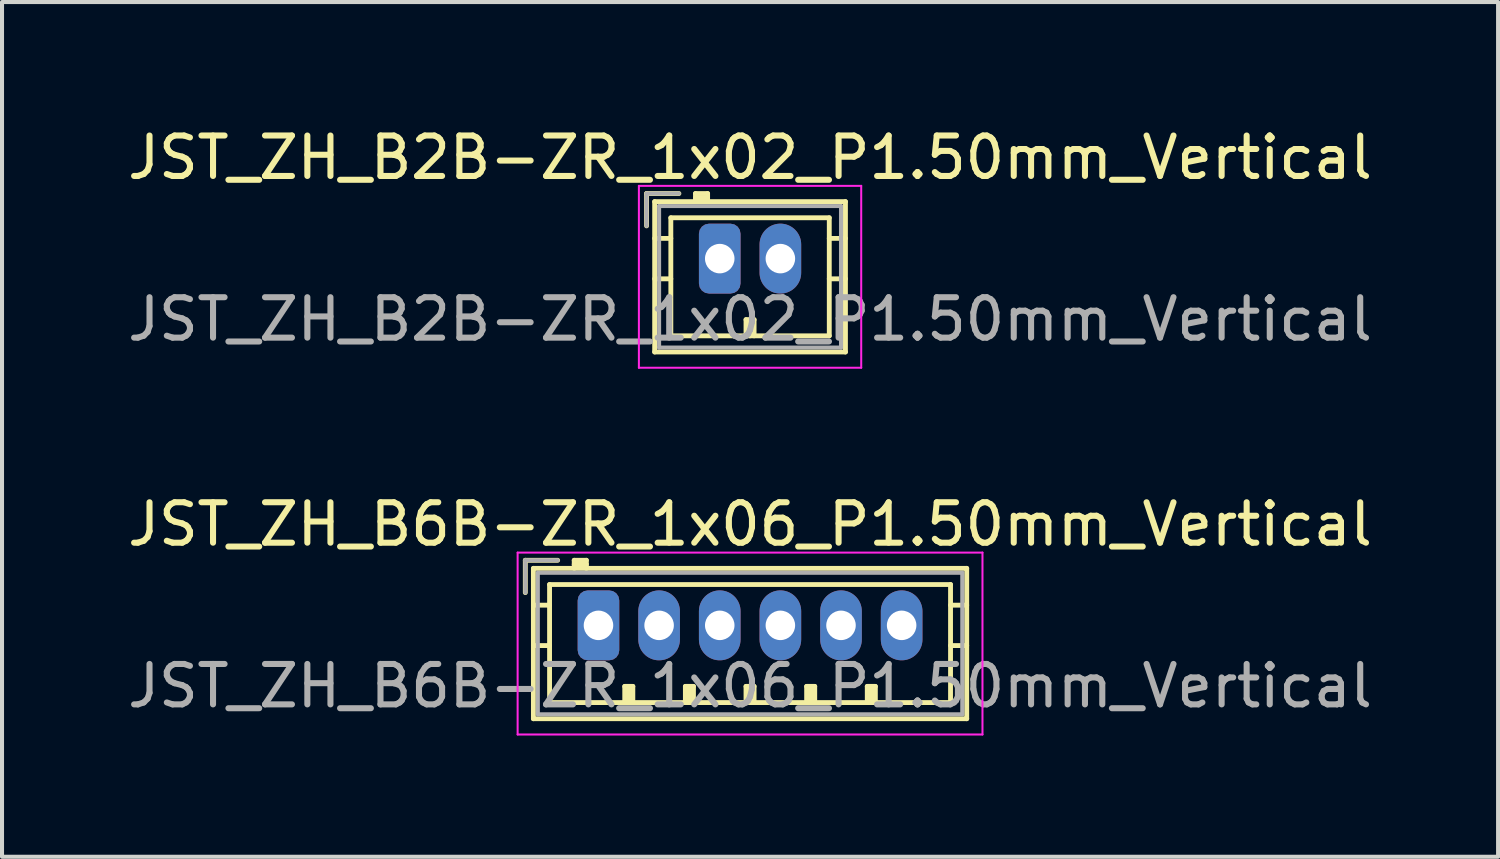
<source format=kicad_pcb>
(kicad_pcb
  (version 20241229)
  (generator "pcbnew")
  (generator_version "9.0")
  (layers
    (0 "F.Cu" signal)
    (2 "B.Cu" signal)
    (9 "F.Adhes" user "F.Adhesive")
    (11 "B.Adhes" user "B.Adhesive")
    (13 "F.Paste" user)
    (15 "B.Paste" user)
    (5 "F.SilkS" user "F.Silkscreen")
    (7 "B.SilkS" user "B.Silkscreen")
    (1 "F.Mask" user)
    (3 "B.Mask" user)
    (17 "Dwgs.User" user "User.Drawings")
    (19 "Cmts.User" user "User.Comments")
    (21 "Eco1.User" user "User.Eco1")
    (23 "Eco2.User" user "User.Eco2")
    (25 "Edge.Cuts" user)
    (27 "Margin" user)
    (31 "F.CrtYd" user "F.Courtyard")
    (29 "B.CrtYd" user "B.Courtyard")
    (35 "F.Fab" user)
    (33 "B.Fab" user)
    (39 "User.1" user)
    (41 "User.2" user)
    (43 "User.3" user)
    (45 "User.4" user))
  (footprint "JST_ZH_B6B-ZR_1x06_P1.50mm_Vertical"
    (layer "F.Cu")
    (at 11.756 12.421)
    (property "Reference" "JST_ZH_B6B-ZR_1x06_P1.50mm_Vertical" (at 3.75 -2.5 0) (layer "F.SilkS") (effects (font (size 1 1) (thickness 0.15))))
    (attr through_hole)
    (fp_line (start -1.81 -1.61) (end -1.81 -0.81) (stroke (width 0.12) (type solid)) (layer "F.SilkS"))
    (fp_line (start -1.61 -1.41) (end -1.61 2.31) (stroke (width 0.12) (type solid)) (layer "F.SilkS"))
    (fp_line (start -1.61 -0.5) (end -1.21 -0.5) (stroke (width 0.12) (type solid)) (layer "F.SilkS"))
    (fp_line (start -1.61 0.5) (end -1.21 0.5) (stroke (width 0.12) (type solid)) (layer "F.SilkS"))
    (fp_line (start -1.61 2.31) (end 9.11 2.31) (stroke (width 0.12) (type solid)) (layer "F.SilkS"))
    (fp_line (start -1.21 -1.01) (end -1.21 1.91) (stroke (width 0.12) (type solid)) (layer "F.SilkS"))
    (fp_line (start -1.21 1.91) (end 8.71 1.91) (stroke (width 0.12) (type solid)) (layer "F.SilkS"))
    (fp_line (start -1.01 -1.61) (end -1.81 -1.61) (stroke (width 0.12) (type solid)) (layer "F.SilkS"))
    (fp_line (start -0.6 -1.61) (end -0.6 -1.41) (stroke (width 0.12) (type solid)) (layer "F.SilkS"))
    (fp_line (start -0.3 -1.61) (end -0.6 -1.61) (stroke (width 0.12) (type solid)) (layer "F.SilkS"))
    (fp_line (start -0.3 -1.51) (end -0.6 -1.51) (stroke (width 0.12) (type solid)) (layer "F.SilkS"))
    (fp_line (start -0.3 -1.41) (end -0.3 -1.61) (stroke (width 0.12) (type solid)) (layer "F.SilkS"))
    (fp_line (start 0.65 1.51) (end 0.85 1.51) (stroke (width 0.12) (type solid)) (layer "F.SilkS"))
    (fp_line (start 0.65 1.91) (end 0.65 1.51) (stroke (width 0.12) (type solid)) (layer "F.SilkS"))
    (fp_line (start 0.75 1.91) (end 0.75 1.51) (stroke (width 0.12) (type solid)) (layer "F.SilkS"))
    (fp_line (start 0.85 1.51) (end 0.85 1.91) (stroke (width 0.12) (type solid)) (layer "F.SilkS"))
    (fp_line (start 2.15 1.51) (end 2.35 1.51) (stroke (width 0.12) (type solid)) (layer "F.SilkS"))
    (fp_line (start 2.15 1.91) (end 2.15 1.51) (stroke (width 0.12) (type solid)) (layer "F.SilkS"))
    (fp_line (start 2.25 1.91) (end 2.25 1.51) (stroke (width 0.12) (type solid)) (layer "F.SilkS"))
    (fp_line (start 2.35 1.51) (end 2.35 1.91) (stroke (width 0.12) (type solid)) (layer "F.SilkS"))
    (fp_line (start 3.65 1.51) (end 3.85 1.51) (stroke (width 0.12) (type solid)) (layer "F.SilkS"))
    (fp_line (start 3.65 1.91) (end 3.65 1.51) (stroke (width 0.12) (type solid)) (layer "F.SilkS"))
    (fp_line (start 3.75 1.91) (end 3.75 1.51) (stroke (width 0.12) (type solid)) (layer "F.SilkS"))
    (fp_line (start 3.85 1.51) (end 3.85 1.91) (stroke (width 0.12) (type solid)) (layer "F.SilkS"))
    (fp_line (start 5.15 1.51) (end 5.35 1.51) (stroke (width 0.12) (type solid)) (layer "F.SilkS"))
    (fp_line (start 5.15 1.91) (end 5.15 1.51) (stroke (width 0.12) (type solid)) (layer "F.SilkS"))
    (fp_line (start 5.25 1.91) (end 5.25 1.51) (stroke (width 0.12) (type solid)) (layer "F.SilkS"))
    (fp_line (start 5.35 1.51) (end 5.35 1.91) (stroke (width 0.12) (type solid)) (layer "F.SilkS"))
    (fp_line (start 6.65 1.51) (end 6.85 1.51) (stroke (width 0.12) (type solid)) (layer "F.SilkS"))
    (fp_line (start 6.65 1.91) (end 6.65 1.51) (stroke (width 0.12) (type solid)) (layer "F.SilkS"))
    (fp_line (start 6.75 1.91) (end 6.75 1.51) (stroke (width 0.12) (type solid)) (layer "F.SilkS"))
    (fp_line (start 6.85 1.51) (end 6.85 1.91) (stroke (width 0.12) (type solid)) (layer "F.SilkS"))
    (fp_line (start 8.71 -1.01) (end -1.21 -1.01) (stroke (width 0.12) (type solid)) (layer "F.SilkS"))
    (fp_line (start 8.71 1.91) (end 8.71 -1.01) (stroke (width 0.12) (type solid)) (layer "F.SilkS"))
    (fp_line (start 9.11 -1.41) (end -1.61 -1.41) (stroke (width 0.12) (type solid)) (layer "F.SilkS"))
    (fp_line (start 9.11 -0.5) (end 8.71 -0.5) (stroke (width 0.12) (type solid)) (layer "F.SilkS"))
    (fp_line (start 9.11 0.5) (end 8.71 0.5) (stroke (width 0.12) (type solid)) (layer "F.SilkS"))
    (fp_line (start 9.11 2.31) (end 9.11 -1.41) (stroke (width 0.12) (type solid)) (layer "F.SilkS"))
    (fp_line (start -2 -1.8) (end -2 2.7) (stroke (width 0.05) (type solid)) (layer "F.CrtYd"))
    (fp_line (start -2 2.7) (end 9.5 2.7) (stroke (width 0.05) (type solid)) (layer "F.CrtYd"))
    (fp_line (start 9.5 -1.8) (end -2 -1.8) (stroke (width 0.05) (type solid)) (layer "F.CrtYd"))
    (fp_line (start 9.5 2.7) (end 9.5 -1.8) (stroke (width 0.05) (type solid)) (layer "F.CrtYd"))
    (fp_line (start -1.81 -1.61) (end -1.81 -0.81) (stroke (width 0.1) (type solid)) (layer "F.Fab"))
    (fp_line (start -1.5 -1.3) (end -1.5 2.2) (stroke (width 0.1) (type solid)) (layer "F.Fab"))
    (fp_line (start -1.5 2.2) (end 9 2.2) (stroke (width 0.1) (type solid)) (layer "F.Fab"))
    (fp_line (start -1.01 -1.61) (end -1.81 -1.61) (stroke (width 0.1) (type solid)) (layer "F.Fab"))
    (fp_line (start 9 -1.3) (end -1.5 -1.3) (stroke (width 0.1) (type solid)) (layer "F.Fab"))
    (fp_line (start 9 2.2) (end 9 -1.3) (stroke (width 0.1) (type solid)) (layer "F.Fab"))
    (fp_text user "${REFERENCE}" (at 3.75 1.5 0) (layer "F.Fab") (effects (font (size 1 1) (thickness 0.15))))
    (pad "1" thru_hole roundrect (at 0 0) (size 1.03 1.73) (drill 0.73) (layers "*.Cu" "*.Mask") (roundrect_rratio 0.243))
    (pad "2" thru_hole oval (at 1.5 0) (size 1.03 1.73) (drill 0.73) (layers "*.Cu" "*.Mask"))
    (pad "3" thru_hole oval (at 3 0) (size 1.03 1.73) (drill 0.73) (layers "*.Cu" "*.Mask"))
    (pad "4" thru_hole oval (at 4.5 0) (size 1.03 1.73) (drill 0.73) (layers "*.Cu" "*.Mask"))
    (pad "5" thru_hole oval (at 6 0) (size 1.03 1.73) (drill 0.73) (layers "*.Cu" "*.Mask"))
    (pad "6" thru_hole oval (at 7.5 0) (size 1.03 1.73) (drill 0.73) (layers "*.Cu" "*.Mask")))
  (footprint "JST_ZH_B2B-ZR_1x02_P1.50mm_Vertical"
    (layer "F.Cu")
    (at 14.756 3.348)
    (property "Reference" "JST_ZH_B2B-ZR_1x02_P1.50mm_Vertical" (at 0.75 -2.5 0) (layer "F.SilkS") (effects (font (size 1 1) (thickness 0.15))))
    (attr through_hole)
    (fp_line (start -1.81 -1.61) (end -1.81 -0.81) (stroke (width 0.12) (type solid)) (layer "F.SilkS"))
    (fp_line (start -1.61 -1.41) (end -1.61 2.31) (stroke (width 0.12) (type solid)) (layer "F.SilkS"))
    (fp_line (start -1.61 -0.5) (end -1.21 -0.5) (stroke (width 0.12) (type solid)) (layer "F.SilkS"))
    (fp_line (start -1.61 0.5) (end -1.21 0.5) (stroke (width 0.12) (type solid)) (layer "F.SilkS"))
    (fp_line (start -1.61 2.31) (end 3.11 2.31) (stroke (width 0.12) (type solid)) (layer "F.SilkS"))
    (fp_line (start -1.21 -1.01) (end -1.21 1.91) (stroke (width 0.12) (type solid)) (layer "F.SilkS"))
    (fp_line (start -1.21 1.91) (end 2.71 1.91) (stroke (width 0.12) (type solid)) (layer "F.SilkS"))
    (fp_line (start -1.01 -1.61) (end -1.81 -1.61) (stroke (width 0.12) (type solid)) (layer "F.SilkS"))
    (fp_line (start -0.6 -1.61) (end -0.6 -1.41) (stroke (width 0.12) (type solid)) (layer "F.SilkS"))
    (fp_line (start -0.3 -1.61) (end -0.6 -1.61) (stroke (width 0.12) (type solid)) (layer "F.SilkS"))
    (fp_line (start -0.3 -1.51) (end -0.6 -1.51) (stroke (width 0.12) (type solid)) (layer "F.SilkS"))
    (fp_line (start -0.3 -1.41) (end -0.3 -1.61) (stroke (width 0.12) (type solid)) (layer "F.SilkS"))
    (fp_line (start 0.65 1.51) (end 0.85 1.51) (stroke (width 0.12) (type solid)) (layer "F.SilkS"))
    (fp_line (start 0.65 1.91) (end 0.65 1.51) (stroke (width 0.12) (type solid)) (layer "F.SilkS"))
    (fp_line (start 0.75 1.91) (end 0.75 1.51) (stroke (width 0.12) (type solid)) (layer "F.SilkS"))
    (fp_line (start 0.85 1.51) (end 0.85 1.91) (stroke (width 0.12) (type solid)) (layer "F.SilkS"))
    (fp_line (start 2.71 -1.01) (end -1.21 -1.01) (stroke (width 0.12) (type solid)) (layer "F.SilkS"))
    (fp_line (start 2.71 1.91) (end 2.71 -1.01) (stroke (width 0.12) (type solid)) (layer "F.SilkS"))
    (fp_line (start 3.11 -1.41) (end -1.61 -1.41) (stroke (width 0.12) (type solid)) (layer "F.SilkS"))
    (fp_line (start 3.11 -0.5) (end 2.71 -0.5) (stroke (width 0.12) (type solid)) (layer "F.SilkS"))
    (fp_line (start 3.11 0.5) (end 2.71 0.5) (stroke (width 0.12) (type solid)) (layer "F.SilkS"))
    (fp_line (start 3.11 2.31) (end 3.11 -1.41) (stroke (width 0.12) (type solid)) (layer "F.SilkS"))
    (fp_line (start -2 -1.8) (end -2 2.7) (stroke (width 0.05) (type solid)) (layer "F.CrtYd"))
    (fp_line (start -2 2.7) (end 3.5 2.7) (stroke (width 0.05) (type solid)) (layer "F.CrtYd"))
    (fp_line (start 3.5 -1.8) (end -2 -1.8) (stroke (width 0.05) (type solid)) (layer "F.CrtYd"))
    (fp_line (start 3.5 2.7) (end 3.5 -1.8) (stroke (width 0.05) (type solid)) (layer "F.CrtYd"))
    (fp_line (start -1.81 -1.61) (end -1.81 -0.81) (stroke (width 0.1) (type solid)) (layer "F.Fab"))
    (fp_line (start -1.5 -1.3) (end -1.5 2.2) (stroke (width 0.1) (type solid)) (layer "F.Fab"))
    (fp_line (start -1.5 2.2) (end 3 2.2) (stroke (width 0.1) (type solid)) (layer "F.Fab"))
    (fp_line (start -1.01 -1.61) (end -1.81 -1.61) (stroke (width 0.1) (type solid)) (layer "F.Fab"))
    (fp_line (start 3 -1.3) (end -1.5 -1.3) (stroke (width 0.1) (type solid)) (layer "F.Fab"))
    (fp_line (start 3 2.2) (end 3 -1.3) (stroke (width 0.1) (type solid)) (layer "F.Fab"))
    (fp_text user "${REFERENCE}" (at 0.75 1.5 0) (layer "F.Fab") (effects (font (size 1 1) (thickness 0.15))))
    (pad "1" thru_hole roundrect (at 0 0) (size 1.03 1.73) (drill 0.73) (layers "*.Cu" "*.Mask") (roundrect_rratio 0.243))
    (pad "2" thru_hole oval (at 1.5 0) (size 1.03 1.73) (drill 0.73) (layers "*.Cu" "*.Mask")))
  (gr_rect
    (start -3 -3)
    (end 34.012 18.146)
    (stroke (width 0.1) (type default))
    (fill no)
    (layer "Edge.Cuts")))
</source>
